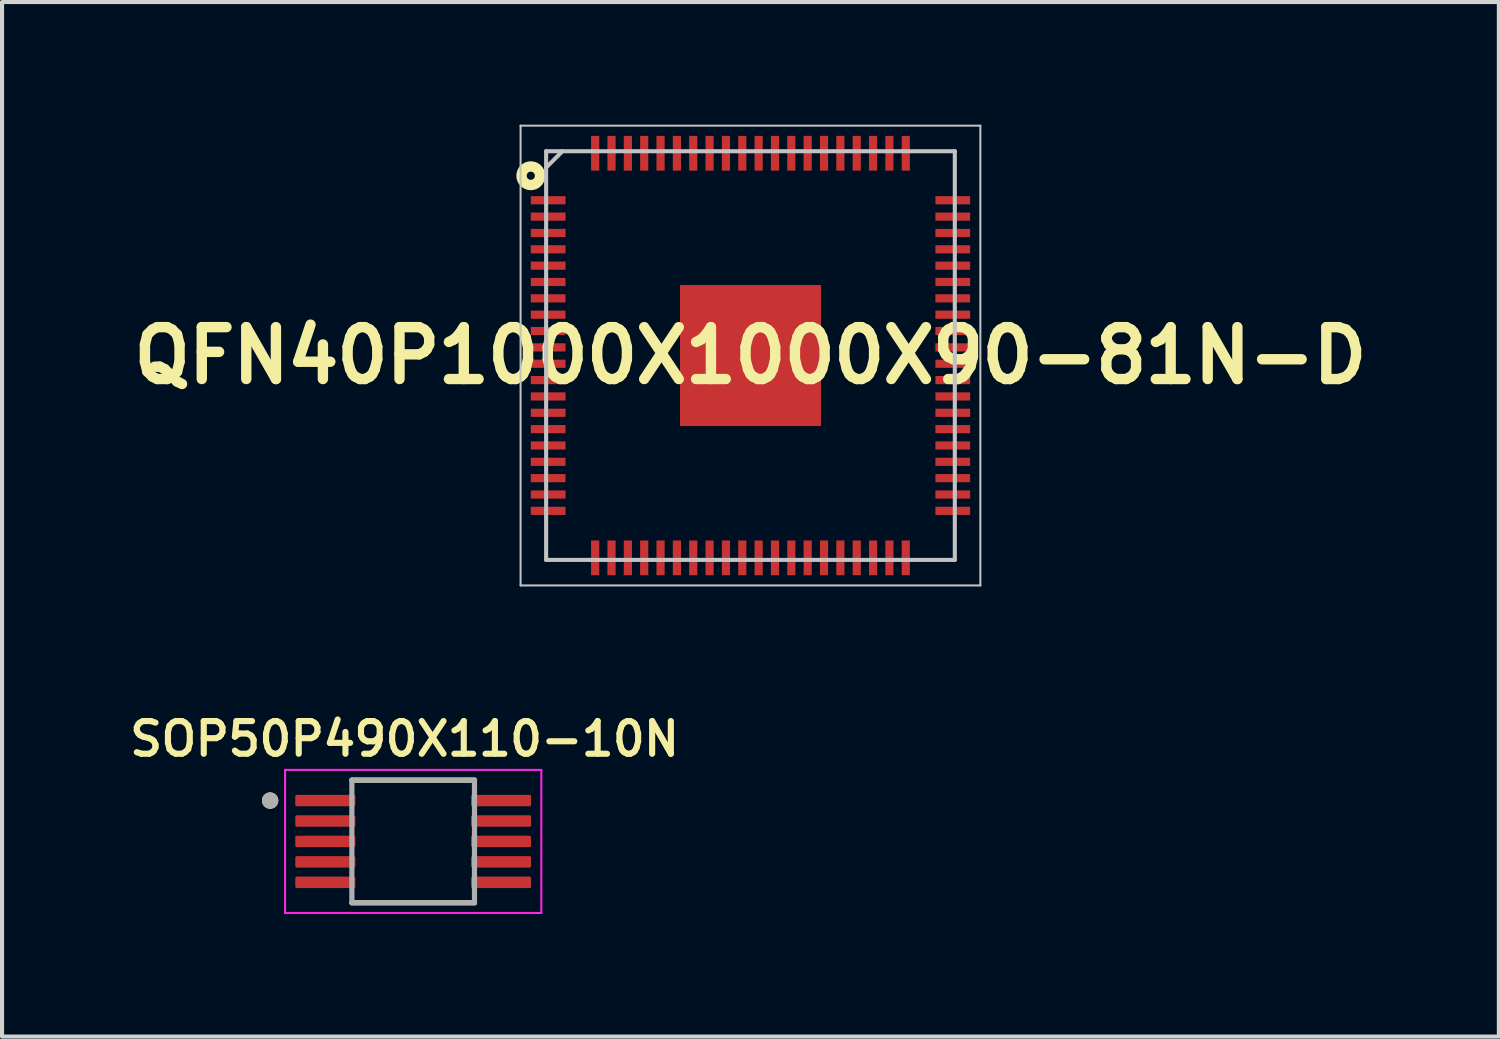
<source format=kicad_pcb>
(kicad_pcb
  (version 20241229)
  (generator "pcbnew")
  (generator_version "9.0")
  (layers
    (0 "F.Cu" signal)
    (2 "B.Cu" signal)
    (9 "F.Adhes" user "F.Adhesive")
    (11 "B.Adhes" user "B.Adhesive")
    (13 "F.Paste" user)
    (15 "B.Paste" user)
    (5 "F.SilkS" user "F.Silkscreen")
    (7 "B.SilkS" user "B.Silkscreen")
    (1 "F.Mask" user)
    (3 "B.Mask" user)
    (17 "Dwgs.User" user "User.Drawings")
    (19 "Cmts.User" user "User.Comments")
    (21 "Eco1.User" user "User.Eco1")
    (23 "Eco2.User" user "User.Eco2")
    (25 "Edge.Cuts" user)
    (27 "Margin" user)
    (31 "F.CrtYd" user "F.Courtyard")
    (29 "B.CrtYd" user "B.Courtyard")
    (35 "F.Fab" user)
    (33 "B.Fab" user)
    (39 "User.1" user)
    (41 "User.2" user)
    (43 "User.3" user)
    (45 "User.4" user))
  (footprint "QFN40P1000X1000X90-81N-D"
    (layer "F.Cu")
    (at 15.313 5.65)
    (property "Reference" "QFN40P1000X1000X90-81N-D" (at 0 0 0) (layer "F.SilkS") (effects (font (size 1.27 1.27) (thickness 0.254))))
    (attr smd)
    (fp_circle (center -5.375 -4.4) (end -5.275 -4.4) (stroke (width 0.254) (type solid)) (fill no) (layer "F.SilkS"))
    (fp_line (start -5.625 -5.625) (end 5.625 -5.625) (stroke (width 0.05) (type solid)) (layer "Dwgs.User"))
    (fp_line (start -5.625 5.625) (end -5.625 -5.625) (stroke (width 0.05) (type solid)) (layer "Dwgs.User"))
    (fp_line (start -5 -5) (end 5 -5) (stroke (width 0.1) (type solid)) (layer "Dwgs.User"))
    (fp_line (start -5 -4.6) (end -4.6 -5) (stroke (width 0.1) (type solid)) (layer "Dwgs.User"))
    (fp_line (start -5 5) (end -5 -5) (stroke (width 0.1) (type solid)) (layer "Dwgs.User"))
    (fp_line (start 5 -5) (end 5 5) (stroke (width 0.1) (type solid)) (layer "Dwgs.User"))
    (fp_line (start 5 5) (end -5 5) (stroke (width 0.1) (type solid)) (layer "Dwgs.User"))
    (fp_line (start 5.625 -5.625) (end 5.625 5.625) (stroke (width 0.05) (type solid)) (layer "Dwgs.User"))
    (fp_line (start 5.625 5.625) (end -5.625 5.625) (stroke (width 0.05) (type solid)) (layer "Dwgs.User"))
    (pad "1" smd rect (at -4.95 -3.8 90) (size 0.2 0.85) (layers "F.Cu" "F.Mask" "F.Paste"))
    (pad "2" smd rect (at -4.95 -3.4 90) (size 0.2 0.85) (layers "F.Cu" "F.Mask" "F.Paste"))
    (pad "3" smd rect (at -4.95 -3 90) (size 0.2 0.85) (layers "F.Cu" "F.Mask" "F.Paste"))
    (pad "4" smd rect (at -4.95 -2.6 90) (size 0.2 0.85) (layers "F.Cu" "F.Mask" "F.Paste"))
    (pad "5" smd rect (at -4.95 -2.2 90) (size 0.2 0.85) (layers "F.Cu" "F.Mask" "F.Paste"))
    (pad "6" smd rect (at -4.95 -1.8 90) (size 0.2 0.85) (layers "F.Cu" "F.Mask" "F.Paste"))
    (pad "7" smd rect (at -4.95 -1.4 90) (size 0.2 0.85) (layers "F.Cu" "F.Mask" "F.Paste"))
    (pad "8" smd rect (at -4.95 -1 90) (size 0.2 0.85) (layers "F.Cu" "F.Mask" "F.Paste"))
    (pad "9" smd rect (at -4.95 -0.6 90) (size 0.2 0.85) (layers "F.Cu" "F.Mask" "F.Paste"))
    (pad "10" smd rect (at -4.95 -0.2 90) (size 0.2 0.85) (layers "F.Cu" "F.Mask" "F.Paste"))
    (pad "11" smd rect (at -4.95 0.2 90) (size 0.2 0.85) (layers "F.Cu" "F.Mask" "F.Paste"))
    (pad "12" smd rect (at -4.95 0.6 90) (size 0.2 0.85) (layers "F.Cu" "F.Mask" "F.Paste"))
    (pad "13" smd rect (at -4.95 1 90) (size 0.2 0.85) (layers "F.Cu" "F.Mask" "F.Paste"))
    (pad "14" smd rect (at -4.95 1.4 90) (size 0.2 0.85) (layers "F.Cu" "F.Mask" "F.Paste"))
    (pad "15" smd rect (at -4.95 1.8 90) (size 0.2 0.85) (layers "F.Cu" "F.Mask" "F.Paste"))
    (pad "16" smd rect (at -4.95 2.2 90) (size 0.2 0.85) (layers "F.Cu" "F.Mask" "F.Paste"))
    (pad "17" smd rect (at -4.95 2.6 90) (size 0.2 0.85) (layers "F.Cu" "F.Mask" "F.Paste"))
    (pad "18" smd rect (at -4.95 3 90) (size 0.2 0.85) (layers "F.Cu" "F.Mask" "F.Paste"))
    (pad "19" smd rect (at -4.95 3.4 90) (size 0.2 0.85) (layers "F.Cu" "F.Mask" "F.Paste"))
    (pad "20" smd rect (at -4.95 3.8 90) (size 0.2 0.85) (layers "F.Cu" "F.Mask" "F.Paste"))
    (pad "21" smd rect (at -3.8 4.95) (size 0.2 0.85) (layers "F.Cu" "F.Mask" "F.Paste"))
    (pad "22" smd rect (at -3.4 4.95) (size 0.2 0.85) (layers "F.Cu" "F.Mask" "F.Paste"))
    (pad "23" smd rect (at -3 4.95) (size 0.2 0.85) (layers "F.Cu" "F.Mask" "F.Paste"))
    (pad "24" smd rect (at -2.6 4.95) (size 0.2 0.85) (layers "F.Cu" "F.Mask" "F.Paste"))
    (pad "25" smd rect (at -2.2 4.95) (size 0.2 0.85) (layers "F.Cu" "F.Mask" "F.Paste"))
    (pad "26" smd rect (at -1.8 4.95) (size 0.2 0.85) (layers "F.Cu" "F.Mask" "F.Paste"))
    (pad "27" smd rect (at -1.4 4.95) (size 0.2 0.85) (layers "F.Cu" "F.Mask" "F.Paste"))
    (pad "28" smd rect (at -1 4.95) (size 0.2 0.85) (layers "F.Cu" "F.Mask" "F.Paste"))
    (pad "29" smd rect (at -0.6 4.95) (size 0.2 0.85) (layers "F.Cu" "F.Mask" "F.Paste"))
    (pad "30" smd rect (at -0.2 4.95) (size 0.2 0.85) (layers "F.Cu" "F.Mask" "F.Paste"))
    (pad "31" smd rect (at 0.2 4.95) (size 0.2 0.85) (layers "F.Cu" "F.Mask" "F.Paste"))
    (pad "32" smd rect (at 0.6 4.95) (size 0.2 0.85) (layers "F.Cu" "F.Mask" "F.Paste"))
    (pad "33" smd rect (at 1 4.95) (size 0.2 0.85) (layers "F.Cu" "F.Mask" "F.Paste"))
    (pad "34" smd rect (at 1.4 4.95) (size 0.2 0.85) (layers "F.Cu" "F.Mask" "F.Paste"))
    (pad "35" smd rect (at 1.8 4.95) (size 0.2 0.85) (layers "F.Cu" "F.Mask" "F.Paste"))
    (pad "36" smd rect (at 2.2 4.95) (size 0.2 0.85) (layers "F.Cu" "F.Mask" "F.Paste"))
    (pad "37" smd rect (at 2.6 4.95) (size 0.2 0.85) (layers "F.Cu" "F.Mask" "F.Paste"))
    (pad "38" smd rect (at 3 4.95) (size 0.2 0.85) (layers "F.Cu" "F.Mask" "F.Paste"))
    (pad "39" smd rect (at 3.4 4.95) (size 0.2 0.85) (layers "F.Cu" "F.Mask" "F.Paste"))
    (pad "40" smd rect (at 3.8 4.95) (size 0.2 0.85) (layers "F.Cu" "F.Mask" "F.Paste"))
    (pad "41" smd rect (at 4.95 3.8 90) (size 0.2 0.85) (layers "F.Cu" "F.Mask" "F.Paste"))
    (pad "42" smd rect (at 4.95 3.4 90) (size 0.2 0.85) (layers "F.Cu" "F.Mask" "F.Paste"))
    (pad "43" smd rect (at 4.95 3 90) (size 0.2 0.85) (layers "F.Cu" "F.Mask" "F.Paste"))
    (pad "44" smd rect (at 4.95 2.6 90) (size 0.2 0.85) (layers "F.Cu" "F.Mask" "F.Paste"))
    (pad "45" smd rect (at 4.95 2.2 90) (size 0.2 0.85) (layers "F.Cu" "F.Mask" "F.Paste"))
    (pad "46" smd rect (at 4.95 1.8 90) (size 0.2 0.85) (layers "F.Cu" "F.Mask" "F.Paste"))
    (pad "47" smd rect (at 4.95 1.4 90) (size 0.2 0.85) (layers "F.Cu" "F.Mask" "F.Paste"))
    (pad "48" smd rect (at 4.95 1 90) (size 0.2 0.85) (layers "F.Cu" "F.Mask" "F.Paste"))
    (pad "49" smd rect (at 4.95 0.6 90) (size 0.2 0.85) (layers "F.Cu" "F.Mask" "F.Paste"))
    (pad "50" smd rect (at 4.95 0.2 90) (size 0.2 0.85) (layers "F.Cu" "F.Mask" "F.Paste"))
    (pad "51" smd rect (at 4.95 -0.2 90) (size 0.2 0.85) (layers "F.Cu" "F.Mask" "F.Paste"))
    (pad "52" smd rect (at 4.95 -0.6 90) (size 0.2 0.85) (layers "F.Cu" "F.Mask" "F.Paste"))
    (pad "53" smd rect (at 4.95 -1 90) (size 0.2 0.85) (layers "F.Cu" "F.Mask" "F.Paste"))
    (pad "54" smd rect (at 4.95 -1.4 90) (size 0.2 0.85) (layers "F.Cu" "F.Mask" "F.Paste"))
    (pad "55" smd rect (at 4.95 -1.8 90) (size 0.2 0.85) (layers "F.Cu" "F.Mask" "F.Paste"))
    (pad "56" smd rect (at 4.95 -2.2 90) (size 0.2 0.85) (layers "F.Cu" "F.Mask" "F.Paste"))
    (pad "57" smd rect (at 4.95 -2.6 90) (size 0.2 0.85) (layers "F.Cu" "F.Mask" "F.Paste"))
    (pad "58" smd rect (at 4.95 -3 90) (size 0.2 0.85) (layers "F.Cu" "F.Mask" "F.Paste"))
    (pad "59" smd rect (at 4.95 -3.4 90) (size 0.2 0.85) (layers "F.Cu" "F.Mask" "F.Paste"))
    (pad "60" smd rect (at 4.95 -3.8 90) (size 0.2 0.85) (layers "F.Cu" "F.Mask" "F.Paste"))
    (pad "61" smd rect (at 3.8 -4.95) (size 0.2 0.85) (layers "F.Cu" "F.Mask" "F.Paste"))
    (pad "62" smd rect (at 3.4 -4.95) (size 0.2 0.85) (layers "F.Cu" "F.Mask" "F.Paste"))
    (pad "63" smd rect (at 3 -4.95) (size 0.2 0.85) (layers "F.Cu" "F.Mask" "F.Paste"))
    (pad "64" smd rect (at 2.6 -4.95) (size 0.2 0.85) (layers "F.Cu" "F.Mask" "F.Paste"))
    (pad "65" smd rect (at 2.2 -4.95) (size 0.2 0.85) (layers "F.Cu" "F.Mask" "F.Paste"))
    (pad "66" smd rect (at 1.8 -4.95) (size 0.2 0.85) (layers "F.Cu" "F.Mask" "F.Paste"))
    (pad "67" smd rect (at 1.4 -4.95) (size 0.2 0.85) (layers "F.Cu" "F.Mask" "F.Paste"))
    (pad "68" smd rect (at 1 -4.95) (size 0.2 0.85) (layers "F.Cu" "F.Mask" "F.Paste"))
    (pad "69" smd rect (at 0.6 -4.95) (size 0.2 0.85) (layers "F.Cu" "F.Mask" "F.Paste"))
    (pad "70" smd rect (at 0.2 -4.95) (size 0.2 0.85) (layers "F.Cu" "F.Mask" "F.Paste"))
    (pad "71" smd rect (at -0.2 -4.95) (size 0.2 0.85) (layers "F.Cu" "F.Mask" "F.Paste"))
    (pad "72" smd rect (at -0.6 -4.95) (size 0.2 0.85) (layers "F.Cu" "F.Mask" "F.Paste"))
    (pad "73" smd rect (at -1 -4.95) (size 0.2 0.85) (layers "F.Cu" "F.Mask" "F.Paste"))
    (pad "74" smd rect (at -1.4 -4.95) (size 0.2 0.85) (layers "F.Cu" "F.Mask" "F.Paste"))
    (pad "75" smd rect (at -1.8 -4.95) (size 0.2 0.85) (layers "F.Cu" "F.Mask" "F.Paste"))
    (pad "76" smd rect (at -2.2 -4.95) (size 0.2 0.85) (layers "F.Cu" "F.Mask" "F.Paste"))
    (pad "77" smd rect (at -2.6 -4.95) (size 0.2 0.85) (layers "F.Cu" "F.Mask" "F.Paste"))
    (pad "78" smd rect (at -3 -4.95) (size 0.2 0.85) (layers "F.Cu" "F.Mask" "F.Paste"))
    (pad "79" smd rect (at -3.4 -4.95) (size 0.2 0.85) (layers "F.Cu" "F.Mask" "F.Paste"))
    (pad "80" smd rect (at -3.8 -4.95) (size 0.2 0.85) (layers "F.Cu" "F.Mask" "F.Paste"))
    (pad "81" smd rect (at 0 0) (size 3.45 3.45) (layers "F.Cu" "F.Mask" "F.Paste")))
  (footprint "SOP50P490X110-10N"
    (layer "F.Cu")
    (at 7.06 17.539)
    (property "Reference" "SOP50P490X110-10N" (at -0.21 -2.508 0) (layer "F.SilkS") (effects (font (size 0.8 0.8) (thickness 0.15))))
    (attr smd)
    (fp_line (start -1.5 -1.5) (end 1.5 -1.5) (stroke (width 0.127) (type solid)) (layer "F.SilkS"))
    (fp_line (start -1.5 1.5) (end 1.5 1.5) (stroke (width 0.127) (type solid)) (layer "F.SilkS"))
    (fp_circle (center -3.5 -1) (end -3.4 -1) (stroke (width 0.2) (type solid)) (fill no) (layer "F.SilkS"))
    (fp_line (start -3.135 -1.75) (end -3.135 1.75) (stroke (width 0.05) (type solid)) (layer "F.CrtYd"))
    (fp_line (start -3.135 -1.75) (end 3.135 -1.75) (stroke (width 0.05) (type solid)) (layer "F.CrtYd"))
    (fp_line (start -3.135 1.75) (end 3.135 1.75) (stroke (width 0.05) (type solid)) (layer "F.CrtYd"))
    (fp_line (start 3.135 -1.75) (end 3.135 1.75) (stroke (width 0.05) (type solid)) (layer "F.CrtYd"))
    (fp_line (start -1.5 -1.5) (end -1.5 1.5) (stroke (width 0.127) (type solid)) (layer "F.Fab"))
    (fp_line (start -1.5 -1.5) (end 1.5 -1.5) (stroke (width 0.127) (type solid)) (layer "F.Fab"))
    (fp_line (start -1.5 1.5) (end 1.5 1.5) (stroke (width 0.127) (type solid)) (layer "F.Fab"))
    (fp_line (start 1.5 -1.5) (end 1.5 1.5) (stroke (width 0.127) (type solid)) (layer "F.Fab"))
    (fp_circle (center -3.5 -1) (end -3.4 -1) (stroke (width 0.2) (type solid)) (fill no) (layer "F.Fab"))
    (pad "1" smd roundrect (at -2.15 -1) (size 1.47 0.28) (layers "F.Cu" "F.Mask" "F.Paste") (roundrect_rratio 0.125))
    (pad "2" smd roundrect (at -2.15 -0.5) (size 1.47 0.28) (layers "F.Cu" "F.Mask" "F.Paste") (roundrect_rratio 0.125))
    (pad "3" smd roundrect (at -2.15 0) (size 1.47 0.28) (layers "F.Cu" "F.Mask" "F.Paste") (roundrect_rratio 0.125))
    (pad "4" smd roundrect (at -2.15 0.5) (size 1.47 0.28) (layers "F.Cu" "F.Mask" "F.Paste") (roundrect_rratio 0.125))
    (pad "5" smd roundrect (at -2.15 1) (size 1.47 0.28) (layers "F.Cu" "F.Mask" "F.Paste") (roundrect_rratio 0.125))
    (pad "6" smd roundrect (at 2.15 1) (size 1.47 0.28) (layers "F.Cu" "F.Mask" "F.Paste") (roundrect_rratio 0.125))
    (pad "7" smd roundrect (at 2.15 0.5) (size 1.47 0.28) (layers "F.Cu" "F.Mask" "F.Paste") (roundrect_rratio 0.125))
    (pad "8" smd roundrect (at 2.15 0) (size 1.47 0.28) (layers "F.Cu" "F.Mask" "F.Paste") (roundrect_rratio 0.125))
    (pad "9" smd roundrect (at 2.15 -0.5) (size 1.47 0.28) (layers "F.Cu" "F.Mask" "F.Paste") (roundrect_rratio 0.125))
    (pad "10" smd roundrect (at 2.15 -1) (size 1.47 0.28) (layers "F.Cu" "F.Mask" "F.Paste") (roundrect_rratio 0.125)))
  (gr_rect
    (start -3 -3)
    (end 33.625 22.314)
    (stroke (width 0.1) (type default))
    (fill no)
    (layer "Edge.Cuts")))
</source>
